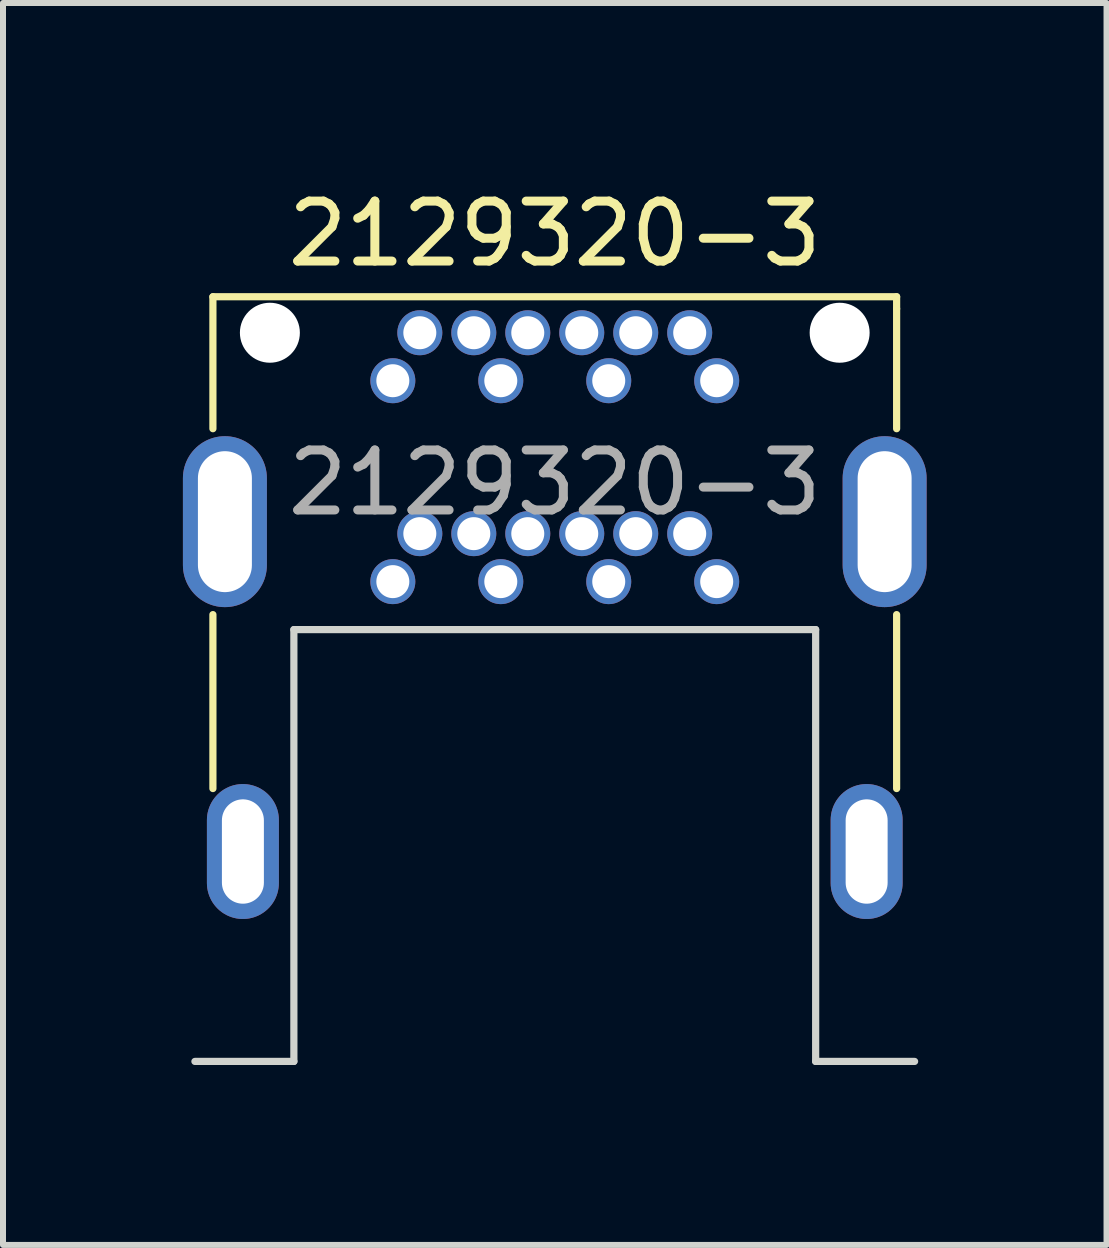
<source format=kicad_pcb>
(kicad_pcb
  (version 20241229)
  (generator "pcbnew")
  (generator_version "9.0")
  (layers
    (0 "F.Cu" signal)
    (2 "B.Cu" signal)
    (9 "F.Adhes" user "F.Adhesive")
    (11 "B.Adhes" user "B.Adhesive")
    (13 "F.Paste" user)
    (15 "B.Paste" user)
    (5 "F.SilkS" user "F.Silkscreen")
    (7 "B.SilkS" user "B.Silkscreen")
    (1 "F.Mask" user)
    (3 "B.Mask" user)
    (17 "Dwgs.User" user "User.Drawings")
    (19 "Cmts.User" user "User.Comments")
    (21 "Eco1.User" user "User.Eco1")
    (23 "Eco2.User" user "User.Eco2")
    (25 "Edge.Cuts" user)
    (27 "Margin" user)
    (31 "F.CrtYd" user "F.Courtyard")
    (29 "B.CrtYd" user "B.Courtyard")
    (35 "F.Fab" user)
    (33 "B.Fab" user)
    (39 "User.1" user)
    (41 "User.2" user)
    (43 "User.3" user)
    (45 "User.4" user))
  (footprint "2129320-3"
    (layer "F.Cu")
    (at 6.2 2.498)
    (property "Reference" "2129320-3" (at 0 -1.65 0) (unlocked yes) (layer "F.SilkS") (effects (font (size 1 1) (thickness 0.15))))
    (attr through_hole)
    (fp_line (start -5.7 -0.6) (end -5.7 1.6) (stroke (width 0.12) (type solid)) (layer "F.SilkS"))
    (fp_line (start -5.7 4.7) (end -5.7 7.6) (stroke (width 0.12) (type solid)) (layer "F.SilkS"))
    (fp_line (start 5.7 -0.6) (end -5.7 -0.6) (stroke (width 0.12) (type solid)) (layer "F.SilkS"))
    (fp_line (start 5.7 -0.4) (end 5.7 -0.6) (stroke (width 0.12) (type solid)) (layer "F.SilkS"))
    (fp_line (start 5.7 -0.4) (end 5.7 1.6) (stroke (width 0.12) (type solid)) (layer "F.SilkS"))
    (fp_line (start 5.7 4.7) (end 5.7 7.6) (stroke (width 0.12) (type solid)) (layer "F.SilkS"))
    (fp_line (start -4.35 4.95) (end -4.35 12.15) (stroke (width 0.12) (type solid)) (layer "Edge.Cuts"))
    (fp_line (start -4.35 12.15) (end -6 12.15) (stroke (width 0.12) (type solid)) (layer "Edge.Cuts"))
    (fp_line (start 4.35 4.95) (end -4.35 4.95) (stroke (width 0.12) (type solid)) (layer "Edge.Cuts"))
    (fp_line (start 4.35 12.15) (end 4.35 4.95) (stroke (width 0.12) (type solid)) (layer "Edge.Cuts"))
    (fp_line (start 4.35 12.15) (end 6 12.15) (stroke (width 0.12) (type solid)) (layer "Edge.Cuts"))
    (fp_text user "${REFERENCE}" (at 0 2.5 0) (unlocked yes) (layer "F.Fab") (effects (font (size 1 1) (thickness 0.15))))
    (pad "" np_thru_hole circle (at -4.75 0) (size 1 1) (drill 1) (layers "*.Cu" "*.Mask"))
    (pad "" np_thru_hole circle (at 4.75 0) (size 1 1) (drill 1) (layers "*.Cu" "*.Mask"))
    (pad "1" thru_hole circle (at -2.7 4.15) (size 0.75 0.75) (drill 0.55) (layers "*.Cu" "*.Mask"))
    (pad "2" thru_hole circle (at -2.7 0.8) (size 0.75 0.75) (drill 0.55) (layers "*.Cu" "*.Mask"))
    (pad "3" thru_hole circle (at -2.25 3.35) (size 0.75 0.75) (drill 0.55) (layers "*.Cu" "*.Mask"))
    (pad "4" thru_hole circle (at -2.25 0) (size 0.75 0.75) (drill 0.55) (layers "*.Cu" "*.Mask"))
    (pad "5" thru_hole circle (at -1.35 3.35) (size 0.75 0.75) (drill 0.55) (layers "*.Cu" "*.Mask"))
    (pad "6" thru_hole circle (at -1.35 0) (size 0.75 0.75) (drill 0.55) (layers "*.Cu" "*.Mask"))
    (pad "7" thru_hole circle (at -0.9 4.15) (size 0.75 0.75) (drill 0.55) (layers "*.Cu" "*.Mask"))
    (pad "8" thru_hole circle (at -0.9 0.8) (size 0.75 0.75) (drill 0.55) (layers "*.Cu" "*.Mask"))
    (pad "9" thru_hole circle (at -0.45 3.35) (size 0.75 0.75) (drill 0.55) (layers "*.Cu" "*.Mask"))
    (pad "10" thru_hole circle (at -0.45 0) (size 0.75 0.75) (drill 0.55) (layers "*.Cu" "*.Mask"))
    (pad "11" thru_hole circle (at 0.45 3.35) (size 0.75 0.75) (drill 0.55) (layers "*.Cu" "*.Mask"))
    (pad "12" thru_hole circle (at 0.45 0) (size 0.75 0.75) (drill 0.55) (layers "*.Cu" "*.Mask"))
    (pad "13" thru_hole circle (at 0.9 4.15) (size 0.75 0.75) (drill 0.55) (layers "*.Cu" "*.Mask"))
    (pad "14" thru_hole circle (at 0.9 0.8) (size 0.75 0.75) (drill 0.55) (layers "*.Cu" "*.Mask"))
    (pad "15" thru_hole circle (at 1.35 3.35) (size 0.75 0.75) (drill 0.55) (layers "*.Cu" "*.Mask"))
    (pad "16" thru_hole circle (at 1.35 0) (size 0.75 0.75) (drill 0.55) (layers "*.Cu" "*.Mask"))
    (pad "17" thru_hole circle (at 2.25 3.35) (size 0.75 0.75) (drill 0.55) (layers "*.Cu" "*.Mask"))
    (pad "18" thru_hole circle (at 2.25 0) (size 0.75 0.75) (drill 0.55) (layers "*.Cu" "*.Mask"))
    (pad "19" thru_hole circle (at 2.7 4.15) (size 0.75 0.75) (drill 0.55) (layers "*.Cu" "*.Mask"))
    (pad "20" thru_hole circle (at 2.7 0.8) (size 0.75 0.75) (drill 0.55) (layers "*.Cu" "*.Mask"))
    (pad "S" thru_hole oval (at -5.5 3.15) (size 1.4 2.85) (drill oval 0.9 2.35) (layers "*.Cu" "*.Mask"))
    (pad "S" thru_hole oval (at -5.2 8.65) (size 1.2 2.25) (drill oval 0.7 1.74) (layers "*.Cu" "*.Mask"))
    (pad "S" thru_hole oval (at 5.2 8.65) (size 1.2 2.25) (drill oval 0.7 1.74) (layers "*.Cu" "*.Mask"))
    (pad "S" thru_hole oval (at 5.5 3.15) (size 1.4 2.85) (drill oval 0.9 2.35) (layers "*.Cu" "*.Mask")))
  (gr_rect
    (start -3 -3)
    (end 15.4 17.708)
    (stroke (width 0.1) (type default))
    (fill no)
    (layer "Edge.Cuts")))
</source>
